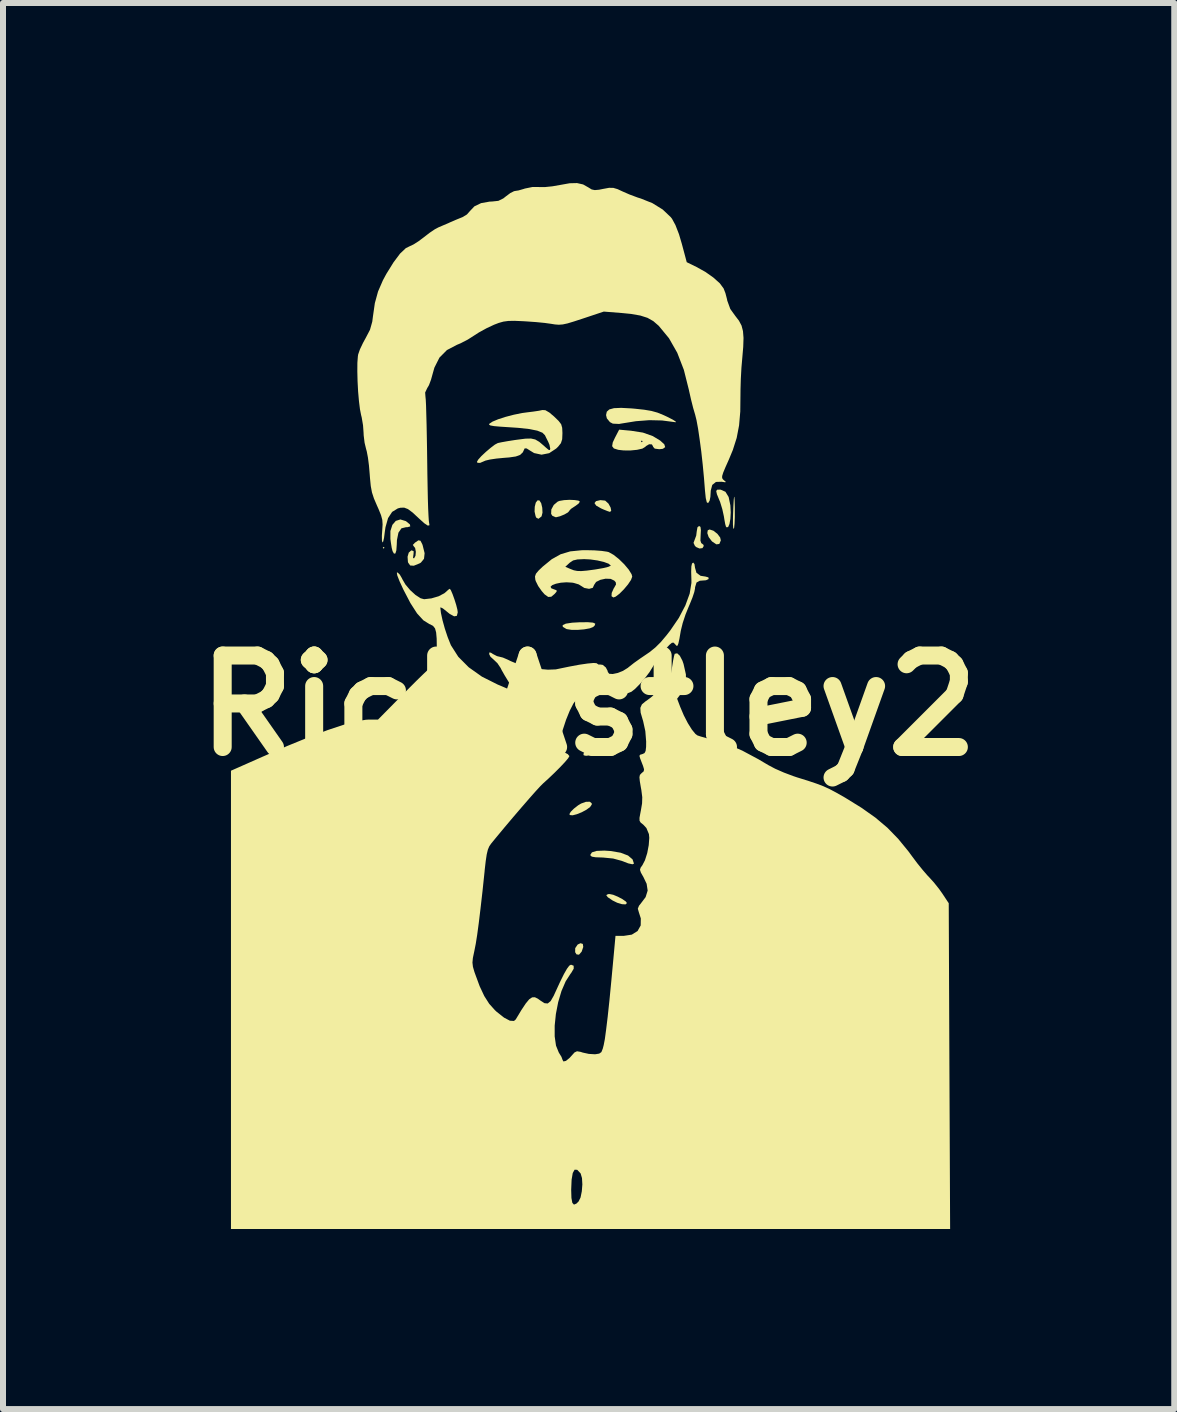
<source format=kicad_pcb>
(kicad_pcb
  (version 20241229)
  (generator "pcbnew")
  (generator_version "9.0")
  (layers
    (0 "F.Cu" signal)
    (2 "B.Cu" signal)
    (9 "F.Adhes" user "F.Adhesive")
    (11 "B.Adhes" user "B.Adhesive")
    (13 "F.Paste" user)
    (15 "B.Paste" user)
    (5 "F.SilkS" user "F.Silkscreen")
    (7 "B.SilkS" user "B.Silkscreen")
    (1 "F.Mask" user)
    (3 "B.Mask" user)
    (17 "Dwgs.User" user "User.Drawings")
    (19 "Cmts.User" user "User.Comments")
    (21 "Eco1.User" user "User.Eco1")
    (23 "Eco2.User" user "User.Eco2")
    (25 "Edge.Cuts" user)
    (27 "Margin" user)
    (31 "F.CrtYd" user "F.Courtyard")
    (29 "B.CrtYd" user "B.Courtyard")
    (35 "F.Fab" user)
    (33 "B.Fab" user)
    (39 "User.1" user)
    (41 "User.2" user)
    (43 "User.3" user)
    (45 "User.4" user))
  (footprint "RickAstley2"
    (layer "F.Cu")
    (at 6.756 8.706)
    (property "Reference" "RickAstley2" (at 0 0 0) (layer "F.SilkS") (effects (font (size 1.524 1.524) (thickness 0.3))))
    (attr board_only exclude_from_pos_files exclude_from_bom)
    (fp_poly (pts (xy -3.4 -2.63) (xy -3.415 -2.616) (xy -3.429 -2.63) (xy -3.415 -2.645)) (stroke (width 0) (type solid)) (fill yes) (layer "F.SilkS"))
    (fp_poly (pts (xy -0.096 3.97) (xy -0.089 4.02) (xy -0.114 4.094) (xy -0.117 4.1) (xy -0.16 4.149) (xy -0.201 4.144) (xy -0.224 4.108) (xy -0.223 4.04) (xy -0.182 3.98) (xy -0.135 3.958)) (stroke (width 0) (type solid)) (fill yes) (layer "F.SilkS"))
    (fp_poly (pts (xy 2.08 -2.914) (xy 2.145 -2.863) (xy 2.192 -2.801) (xy 2.203 -2.753) (xy 2.178 -2.694) (xy 2.129 -2.687) (xy 2.061 -2.732) (xy 2.05 -2.743) (xy 2 -2.809) (xy 1.978 -2.874) (xy 1.985 -2.921) (xy 2.016 -2.935)) (stroke (width 0) (type solid)) (fill yes) (layer "F.SilkS"))
    (fp_poly (pts (xy -0.82 -3.419) (xy -0.79 -3.373) (xy -0.772 -3.296) (xy -0.768 -3.215) (xy -0.783 -3.155) (xy -0.786 -3.151) (xy -0.835 -3.113) (xy -0.871 -3.131) (xy -0.883 -3.156) (xy -0.9 -3.233) (xy -0.897 -3.314) (xy -0.88 -3.382) (xy -0.851 -3.42)) (stroke (width 0) (type solid)) (fill yes) (layer "F.SilkS"))
    (fp_poly (pts (xy 0.276 -3.416) (xy 0.331 -3.366) (xy 0.367 -3.3) (xy 0.377 -3.248) (xy 0.358 -3.228) (xy 0.356 -3.228) (xy 0.318 -3.24) (xy 0.248 -3.268) (xy 0.208 -3.286) (xy 0.126 -3.333) (xy 0.098 -3.375) (xy 0.124 -3.407) (xy 0.196 -3.424)) (stroke (width 0) (type solid)) (fill yes) (layer "F.SilkS"))
    (fp_poly (pts (xy 0.41 3.151) (xy 0.487 3.183) (xy 0.563 3.223) (xy 0.62 3.263) (xy 0.639 3.289) (xy 0.616 3.311) (xy 0.557 3.308) (xy 0.477 3.284) (xy 0.4 3.246) (xy 0.32 3.192) (xy 0.294 3.157) (xy 0.324 3.14) (xy 0.352 3.139)) (stroke (width 0) (type solid)) (fill yes) (layer "F.SilkS"))
    (fp_poly (pts (xy 0.052 1.627) (xy 0.053 1.647) (xy 0.025 1.689) (xy -0.036 1.734) (xy -0.114 1.776) (xy -0.196 1.809) (xy -0.266 1.827) (xy -0.311 1.823) (xy -0.32 1.807) (xy -0.298 1.769) (xy -0.244 1.715) (xy -0.175 1.661) (xy -0.125 1.631) (xy -0.044 1.602) (xy 0.02 1.601)) (stroke (width 0) (type solid)) (fill yes) (layer "F.SilkS"))
    (fp_poly (pts (xy 2.429 -3.475) (xy 2.433 -3.415) (xy 2.436 -3.298) (xy 2.436 -3.269) (xy 2.436 -3.143) (xy 2.432 -3.037) (xy 2.425 -2.966) (xy 2.419 -2.945) (xy 2.41 -2.956) (xy 2.405 -3.015) (xy 2.405 -3.109) (xy 2.406 -3.163) (xy 2.412 -3.322) (xy 2.418 -3.428) (xy 2.424 -3.479)) (stroke (width 0) (type solid)) (fill yes) (layer "F.SilkS"))
    (fp_poly (pts (xy 0.074 -1.383) (xy 0.111 -1.366) (xy 0.103 -1.337) (xy 0.077 -1.311) (xy 0.02 -1.288) (xy -0.074 -1.271) (xy -0.183 -1.262) (xy -0.287 -1.263) (xy -0.364 -1.275) (xy -0.373 -1.279) (xy -0.43 -1.313) (xy -0.432 -1.342) (xy -0.379 -1.366) (xy -0.274 -1.382) (xy -0.15 -1.389) (xy -0.011 -1.39)) (stroke (width 0) (type solid)) (fill yes) (layer "F.SilkS"))
    (fp_poly (pts (xy 0.271 0.682) (xy 0.346 0.717) (xy 0.396 0.76) (xy 0.407 0.787) (xy 0.381 0.803) (xy 0.316 0.81) (xy 0.283 0.81) (xy 0.169 0.812) (xy 0.05 0.824) (xy 0.036 0.827) (xy -0.043 0.836) (xy -0.08 0.828) (xy -0.087 0.805) (xy -0.062 0.763) (xy 0.003 0.721) (xy 0.088 0.687) (xy 0.176 0.669) (xy 0.194 0.668)) (stroke (width 0) (type solid)) (fill yes) (layer "F.SilkS"))
    (fp_poly (pts (xy 0.366 2.422) (xy 0.533 2.45) (xy 0.657 2.497) (xy 0.732 2.561) (xy 0.756 2.632) (xy 0.731 2.643) (xy 0.661 2.628) (xy 0.552 2.586) (xy 0.409 2.547) (xy 0.236 2.53) (xy 0.225 2.53) (xy 0.116 2.526) (xy 0.055 2.516) (xy 0.031 2.496) (xy 0.029 2.485) (xy 0.056 2.444) (xy 0.135 2.42) (xy 0.263 2.415)) (stroke (width 0) (type solid)) (fill yes) (layer "F.SilkS"))
    (fp_poly (pts (xy 1.864 -2.978) (xy 1.871 -2.925) (xy 1.867 -2.848) (xy 1.863 -2.749) (xy 1.878 -2.705) (xy 1.885 -2.703) (xy 1.914 -2.679) (xy 1.918 -2.659) (xy 1.897 -2.624) (xy 1.847 -2.618) (xy 1.792 -2.642) (xy 1.771 -2.662) (xy 1.748 -2.712) (xy 1.767 -2.763) (xy 1.793 -2.833) (xy 1.802 -2.906) (xy 1.814 -2.972) (xy 1.841 -2.993)) (stroke (width 0) (type solid)) (fill yes) (layer "F.SilkS"))
    (fp_poly (pts (xy 2.201 -3.598) (xy 2.28 -3.563) (xy 2.333 -3.476) (xy 2.362 -3.337) (xy 2.368 -3.22) (xy 2.362 -3.111) (xy 2.347 -3.027) (xy 2.325 -2.976) (xy 2.3 -2.97) (xy 2.288 -2.984) (xy 2.276 -3.025) (xy 2.262 -3.102) (xy 2.254 -3.153) (xy 2.228 -3.272) (xy 2.191 -3.393) (xy 2.177 -3.426) (xy 2.138 -3.522) (xy 2.126 -3.576) (xy 2.143 -3.598) (xy 2.191 -3.599)) (stroke (width 0) (type solid)) (fill yes) (layer "F.SilkS"))
    (fp_poly (pts (xy -3.047 -3.075) (xy -3.036 -3.068) (xy -2.977 -3.019) (xy -2.971 -2.986) (xy -3.018 -2.973) (xy -3.042 -2.973) (xy -3.118 -2.954) (xy -3.168 -2.882) (xy -3.193 -2.758) (xy -3.196 -2.681) (xy -3.203 -2.586) (xy -3.219 -2.535) (xy -3.243 -2.533) (xy -3.266 -2.574) (xy -3.28 -2.628) (xy -3.294 -2.717) (xy -3.302 -2.777) (xy -3.302 -2.909) (xy -3.269 -3.012) (xy -3.212 -3.078) (xy -3.136 -3.102)) (stroke (width 0) (type solid)) (fill yes) (layer "F.SilkS"))
    (fp_poly (pts (xy -0.231 -3.425) (xy -0.167 -3.415) (xy -0.145 -3.399) (xy -0.168 -3.365) (xy -0.224 -3.324) (xy -0.232 -3.319) (xy -0.291 -3.28) (xy -0.319 -3.251) (xy -0.319 -3.248) (xy -0.344 -3.219) (xy -0.403 -3.185) (xy -0.476 -3.155) (xy -0.54 -3.139) (xy -0.549 -3.139) (xy -0.604 -3.163) (xy -0.624 -3.195) (xy -0.621 -3.268) (xy -0.58 -3.344) (xy -0.515 -3.399) (xy -0.485 -3.411) (xy -0.408 -3.424) (xy -0.317 -3.429)) (stroke (width 0) (type solid)) (fill yes) (layer "F.SilkS"))
    (fp_poly (pts (xy 0.712 -4.952) (xy 0.77 -4.947) (xy 0.927 -4.93) (xy 1.046 -4.91) (xy 1.147 -4.882) (xy 1.25 -4.84) (xy 1.308 -4.813) (xy 1.402 -4.765) (xy 1.452 -4.733) (xy 1.453 -4.721) (xy 1.439 -4.723) (xy 1.223 -4.751) (xy 1.013 -4.756) (xy 0.79 -4.739) (xy 0.535 -4.698) (xy 0.509 -4.693) (xy 0.404 -4.698) (xy 0.356 -4.723) (xy 0.304 -4.786) (xy 0.291 -4.841) (xy 0.303 -4.897) (xy 0.345 -4.935) (xy 0.423 -4.956) (xy 0.543 -4.961)) (stroke (width 0) (type solid)) (fill yes) (layer "F.SilkS"))
    (fp_poly (pts (xy -2.801 -2.747) (xy -2.771 -2.69) (xy -2.764 -2.669) (xy -2.732 -2.54) (xy -2.742 -2.447) (xy -2.794 -2.383) (xy -2.818 -2.369) (xy -2.912 -2.331) (xy -2.972 -2.335) (xy -3.006 -2.382) (xy -3.01 -2.396) (xy -3.016 -2.481) (xy -2.996 -2.55) (xy -2.955 -2.585) (xy -2.945 -2.586) (xy -2.914 -2.572) (xy -2.917 -2.52) (xy -2.919 -2.511) (xy -2.925 -2.459) (xy -2.907 -2.455) (xy -2.884 -2.497) (xy -2.878 -2.564) (xy -2.89 -2.626) (xy -2.913 -2.655) (xy -2.928 -2.678) (xy -2.893 -2.715) (xy -2.836 -2.754)) (stroke (width 0) (type solid)) (fill yes) (layer "F.SilkS"))
    (fp_poly (pts (xy 0.707 -4.58) (xy 0.905 -4.549) (xy 1.069 -4.491) (xy 1.193 -4.416) (xy 1.261 -4.354) (xy 1.276 -4.307) (xy 1.238 -4.279) (xy 1.177 -4.272) (xy 1.102 -4.282) (xy 1.075 -4.312) (xy 1.075 -4.316) (xy 1.055 -4.352) (xy 1.009 -4.355) (xy 0.958 -4.326) (xy 0.944 -4.311) (xy 0.896 -4.282) (xy 0.807 -4.262) (xy 0.696 -4.251) (xy 0.581 -4.252) (xy 0.494 -4.262) (xy 0.421 -4.285) (xy 0.392 -4.323) (xy 0.403 -4.387) (xy 0.411 -4.403) (xy 0.872 -4.403) (xy 0.886 -4.388) (xy 0.901 -4.403) (xy 0.886 -4.417) (xy 0.872 -4.403) (xy 0.411 -4.403) (xy 0.439 -4.463) (xy 0.509 -4.598)) (stroke (width 0) (type solid)) (fill yes) (layer "F.SilkS"))
    (fp_poly (pts (xy -0.72 -4.922) (xy -0.653 -4.883) (xy -0.574 -4.816) (xy -0.499 -4.743) (xy -0.457 -4.688) (xy -0.44 -4.629) (xy -0.436 -4.547) (xy -0.436 -4.534) (xy -0.44 -4.438) (xy -0.461 -4.373) (xy -0.508 -4.314) (xy -0.54 -4.283) (xy -0.657 -4.206) (xy -0.784 -4.181) (xy -0.908 -4.208) (xy -0.975 -4.249) (xy -1.032 -4.285) (xy -1.065 -4.286) (xy -1.067 -4.282) (xy -1.096 -4.22) (xy -1.141 -4.177) (xy -1.213 -4.151) (xy -1.324 -4.135) (xy -1.413 -4.128) (xy -1.537 -4.116) (xy -1.645 -4.1) (xy -1.719 -4.082) (xy -1.735 -4.075) (xy -1.808 -4.044) (xy -1.852 -4.046) (xy -1.86 -4.062) (xy -1.839 -4.099) (xy -1.785 -4.159) (xy -1.711 -4.228) (xy -1.632 -4.295) (xy -1.561 -4.349) (xy -1.512 -4.375) (xy -1.451 -4.388) (xy -1.351 -4.406) (xy -1.229 -4.425) (xy -1.185 -4.431) (xy -1.052 -4.448) (xy -0.959 -4.45) (xy -0.888 -4.434) (xy -0.822 -4.395) (xy -0.743 -4.328) (xy -0.719 -4.306) (xy -0.667 -4.262) (xy -0.644 -4.258) (xy -0.639 -4.282) (xy -0.652 -4.346) (xy -0.673 -4.396) (xy -0.708 -4.465) (xy -0.727 -4.505) (xy -0.769 -4.547) (xy -0.854 -4.581) (xy -0.987 -4.608) (xy -1.171 -4.628) (xy -1.32 -4.638) (xy -1.474 -4.648) (xy -1.576 -4.657) (xy -1.636 -4.668) (xy -1.658 -4.681) (xy -1.654 -4.696) (xy -1.602 -4.731) (xy -1.507 -4.771) (xy -1.383 -4.811) (xy -1.245 -4.847) (xy -1.107 -4.875) (xy -1.033 -4.885) (xy -0.921 -4.899) (xy -0.827 -4.913) (xy -0.77 -4.925)) (stroke (width 0) (type solid)) (fill yes) (layer "F.SilkS"))
    (fp_poly (pts (xy 0.097 -2.587) (xy 0.217 -2.578) (xy 0.307 -2.565) (xy 0.335 -2.558) (xy 0.415 -2.513) (xy 0.506 -2.441) (xy 0.594 -2.355) (xy 0.668 -2.267) (xy 0.716 -2.19) (xy 0.727 -2.15) (xy 0.707 -2.095) (xy 0.656 -2.019) (xy 0.587 -1.937) (xy 0.514 -1.864) (xy 0.449 -1.815) (xy 0.413 -1.802) (xy 0.382 -1.823) (xy 0.385 -1.878) (xy 0.419 -1.954) (xy 0.426 -1.964) (xy 0.457 -2.02) (xy 0.452 -2.056) (xy 0.428 -2.083) (xy 0.367 -2.112) (xy 0.283 -2.115) (xy 0.196 -2.096) (xy 0.125 -2.061) (xy 0.092 -2.012) (xy 0.07 -1.963) (xy 0.012 -1.947) (xy 0.002 -1.947) (xy -0.071 -1.961) (xy -0.115 -1.989) (xy -0.165 -2.02) (xy -0.245 -2.044) (xy -0.271 -2.049) (xy -0.369 -2.055) (xy -0.464 -2.048) (xy -0.545 -2.031) (xy -0.605 -2.008) (xy -0.634 -1.981) (xy -0.621 -1.955) (xy -0.577 -1.938) (xy -0.533 -1.922) (xy -0.533 -1.899) (xy -0.566 -1.861) (xy -0.622 -1.814) (xy -0.673 -1.811) (xy -0.733 -1.854) (xy -0.781 -1.909) (xy -0.84 -1.993) (xy -0.881 -2.076) (xy -0.888 -2.101) (xy -0.893 -2.152) (xy -0.877 -2.198) (xy -0.831 -2.253) (xy -0.768 -2.313) (xy -0.388 -2.313) (xy -0.303 -2.277) (xy -0.246 -2.255) (xy -0.19 -2.244) (xy -0.122 -2.242) (xy -0.028 -2.25) (xy 0.107 -2.268) (xy 0.137 -2.273) (xy 0.246 -2.292) (xy 0.327 -2.312) (xy 0.367 -2.33) (xy 0.369 -2.335) (xy 0.333 -2.365) (xy 0.254 -2.394) (xy 0.147 -2.419) (xy 0.027 -2.436) (xy -0.074 -2.441) (xy -0.185 -2.436) (xy -0.258 -2.419) (xy -0.312 -2.383) (xy -0.319 -2.377) (xy -0.388 -2.313) (xy -0.768 -2.313) (xy -0.766 -2.315) (xy -0.613 -2.44) (xy -0.466 -2.522) (xy -0.306 -2.57) (xy -0.116 -2.589) (xy -0.036 -2.59)) (stroke (width 0) (type solid)) (fill yes) (layer "F.SilkS"))
    (fp_poly (pts (xy -0.091 -8.683) (xy -0.001 -8.632) (xy 0.051 -8.6) (xy 0.102 -8.589) (xy 0.173 -8.595) (xy 0.243 -8.609) (xy 0.341 -8.627) (xy 0.412 -8.626) (xy 0.483 -8.605) (xy 0.56 -8.569) (xy 0.681 -8.516) (xy 0.815 -8.466) (xy 0.872 -8.448) (xy 1.064 -8.371) (xy 1.235 -8.265) (xy 1.369 -8.138) (xy 1.39 -8.111) (xy 1.447 -8.006) (xy 1.506 -7.854) (xy 1.554 -7.691) (xy 1.635 -7.388) (xy 1.798 -7.308) (xy 1.946 -7.226) (xy 2.08 -7.131) (xy 2.186 -7.036) (xy 2.249 -6.951) (xy 2.28 -6.871) (xy 2.306 -6.771) (xy 2.31 -6.748) (xy 2.361 -6.608) (xy 2.443 -6.494) (xy 2.505 -6.413) (xy 2.548 -6.332) (xy 2.572 -6.24) (xy 2.581 -6.125) (xy 2.576 -5.975) (xy 2.561 -5.799) (xy 2.546 -5.626) (xy 2.536 -5.441) (xy 2.531 -5.268) (xy 2.53 -5.173) (xy 2.527 -4.901) (xy 2.507 -4.669) (xy 2.467 -4.46) (xy 2.403 -4.259) (xy 2.337 -4.1) (xy 2.279 -3.97) (xy 2.242 -3.881) (xy 2.225 -3.825) (xy 2.225 -3.791) (xy 2.24 -3.768) (xy 2.255 -3.755) (xy 2.287 -3.728) (xy 2.276 -3.721) (xy 2.217 -3.73) (xy 2.122 -3.727) (xy 2.06 -3.677) (xy 2.035 -3.582) (xy 2.034 -3.56) (xy 2.029 -3.479) (xy 2.017 -3.418) (xy 2.017 -3.417) (xy 1.991 -3.374) (xy 1.969 -3.388) (xy 1.952 -3.458) (xy 1.939 -3.582) (xy 1.922 -3.797) (xy 1.901 -4.018) (xy 1.877 -4.235) (xy 1.85 -4.437) (xy 1.824 -4.614) (xy 1.798 -4.755) (xy 1.775 -4.848) (xy 1.774 -4.851) (xy 1.742 -4.96) (xy 1.707 -5.099) (xy 1.675 -5.24) (xy 1.671 -5.26) (xy 1.587 -5.594) (xy 1.477 -5.879) (xy 1.339 -6.121) (xy 1.171 -6.325) (xy 1.166 -6.33) (xy 1.078 -6.406) (xy 0.981 -6.461) (xy 0.862 -6.499) (xy 0.707 -6.526) (xy 0.555 -6.541) (xy 0.253 -6.565) (xy -0.098 -6.448) (xy -0.245 -6.4) (xy -0.351 -6.368) (xy -0.43 -6.351) (xy -0.496 -6.346) (xy -0.562 -6.351) (xy -0.624 -6.361) (xy -0.732 -6.376) (xy -0.875 -6.39) (xy -1.029 -6.401) (xy -1.095 -6.405) (xy -1.236 -6.411) (xy -1.338 -6.409) (xy -1.419 -6.398) (xy -1.497 -6.376) (xy -1.575 -6.346) (xy -1.699 -6.288) (xy -1.828 -6.217) (xy -1.904 -6.168) (xy -2.012 -6.099) (xy -2.132 -6.037) (xy -2.194 -6.011) (xy -2.36 -5.924) (xy -2.485 -5.798) (xy -2.569 -5.631) (xy -2.595 -5.539) (xy -2.625 -5.431) (xy -2.659 -5.34) (xy -2.689 -5.289) (xy -2.723 -5.217) (xy -2.718 -5.149) (xy -2.713 -5.099) (xy -2.708 -5) (xy -2.704 -4.857) (xy -2.699 -4.678) (xy -2.695 -4.472) (xy -2.691 -4.246) (xy -2.689 -4.093) (xy -2.686 -3.859) (xy -2.682 -3.641) (xy -2.678 -3.447) (xy -2.673 -3.284) (xy -2.667 -3.16) (xy -2.662 -3.082) (xy -2.659 -3.059) (xy -2.651 -3.006) (xy -2.678 -2.999) (xy -2.738 -3.039) (xy -2.831 -3.123) (xy -2.933 -3.218) (xy -3.01 -3.275) (xy -3.073 -3.299) (xy -3.135 -3.297) (xy -3.178 -3.286) (xy -3.273 -3.228) (xy -3.341 -3.124) (xy -3.384 -2.972) (xy -3.396 -2.888) (xy -3.408 -2.795) (xy -3.422 -2.734) (xy -3.435 -2.718) (xy -3.435 -2.718) (xy -3.443 -2.756) (xy -3.444 -2.833) (xy -3.438 -2.922) (xy -3.432 -3.018) (xy -3.437 -3.095) (xy -3.458 -3.173) (xy -3.499 -3.274) (xy -3.525 -3.332) (xy -3.576 -3.451) (xy -3.609 -3.552) (xy -3.629 -3.659) (xy -3.642 -3.792) (xy -3.647 -3.858) (xy -3.659 -3.999) (xy -3.676 -4.132) (xy -3.696 -4.237) (xy -3.707 -4.276) (xy -3.732 -4.38) (xy -3.747 -4.502) (xy -3.749 -4.547) (xy -3.758 -4.671) (xy -3.78 -4.802) (xy -3.79 -4.841) (xy -3.809 -4.938) (xy -3.826 -5.075) (xy -3.84 -5.235) (xy -3.849 -5.405) (xy -3.853 -5.569) (xy -3.852 -5.712) (xy -3.844 -5.819) (xy -3.839 -5.851) (xy -3.809 -5.937) (xy -3.758 -6.044) (xy -3.712 -6.128) (xy -3.642 -6.262) (xy -3.604 -6.397) (xy -3.593 -6.483) (xy -3.561 -6.706) (xy -3.508 -6.899) (xy -3.427 -7.086) (xy -3.37 -7.192) (xy -3.249 -7.387) (xy -3.141 -7.531) (xy -3.045 -7.622) (xy -2.978 -7.655) (xy -2.918 -7.683) (xy -2.833 -7.737) (xy -2.741 -7.806) (xy -2.74 -7.807) (xy -2.648 -7.878) (xy -2.562 -7.936) (xy -2.502 -7.968) (xy -2.427 -8) (xy -2.333 -8.04) (xy -2.31 -8.051) (xy -2.213 -8.093) (xy -2.12 -8.131) (xy -2.104 -8.137) (xy -2.027 -8.183) (xy -1.974 -8.243) (xy -1.903 -8.318) (xy -1.791 -8.372) (xy -1.65 -8.397) (xy -1.606 -8.399) (xy -1.503 -8.41) (xy -1.42 -8.451) (xy -1.376 -8.486) (xy -1.305 -8.539) (xy -1.244 -8.57) (xy -1.227 -8.574) (xy -1.169 -8.583) (xy -1.085 -8.607) (xy -1.061 -8.615) (xy -0.933 -8.641) (xy -0.824 -8.64) (xy -0.73 -8.639) (xy -0.604 -8.652) (xy -0.478 -8.674) (xy -0.316 -8.703) (xy -0.192 -8.706)) (stroke (width 0) (type solid)) (fill yes) (layer "F.SilkS"))
    (fp_poly (pts (xy 1.764 -2.358) (xy 1.773 -2.297) (xy 1.773 -2.297) (xy 1.797 -2.213) (xy 1.866 -2.163) (xy 1.945 -2.151) (xy 1.996 -2.137) (xy 2 -2.109) (xy 1.956 -2.089) (xy 1.947 -2.088) (xy 1.88 -2.083) (xy 1.853 -2.081) (xy 1.798 -2.051) (xy 1.774 -1.973) (xy 1.773 -1.951) (xy 1.761 -1.893) (xy 1.73 -1.8) (xy 1.685 -1.689) (xy 1.669 -1.652) (xy 1.615 -1.519) (xy 1.568 -1.377) (xy 1.538 -1.256) (xy 1.535 -1.242) (xy 1.513 -1.114) (xy 1.496 -1.036) (xy 1.482 -1) (xy 1.466 -0.996) (xy 1.445 -1.019) (xy 1.44 -1.025) (xy 1.416 -1.049) (xy 1.389 -1.048) (xy 1.348 -1.014) (xy 1.282 -0.943) (xy 1.273 -0.934) (xy 1.191 -0.833) (xy 1.114 -0.722) (xy 1.074 -0.654) (xy 1.016 -0.56) (xy 0.934 -0.451) (xy 0.854 -0.36) (xy 0.773 -0.278) (xy 0.713 -0.231) (xy 0.657 -0.209) (xy 0.59 -0.202) (xy 0.578 -0.202) (xy 0.376 -0.196) (xy 0.191 -0.183) (xy 0.03 -0.165) (xy -0.096 -0.143) (xy -0.179 -0.118) (xy -0.2 -0.105) (xy -0.254 -0.033) (xy -0.314 0.084) (xy -0.376 0.237) (xy -0.434 0.414) (xy -0.44 0.436) (xy -0.476 0.569) (xy -0.491 0.659) (xy -0.484 0.716) (xy -0.455 0.752) (xy -0.407 0.776) (xy -0.347 0.808) (xy -0.32 0.84) (xy -0.32 0.841) (xy -0.34 0.876) (xy -0.394 0.94) (xy -0.474 1.025) (xy -0.57 1.121) (xy -0.673 1.219) (xy -0.756 1.294) (xy -0.806 1.344) (xy -0.887 1.432) (xy -0.993 1.552) (xy -1.118 1.696) (xy -1.256 1.857) (xy -1.402 2.03) (xy -1.548 2.206) (xy -1.624 2.299) (xy -1.655 2.344) (xy -1.678 2.399) (xy -1.697 2.477) (xy -1.714 2.59) (xy -1.732 2.748) (xy -1.732 2.754) (xy -1.768 3.096) (xy -1.801 3.384) (xy -1.83 3.623) (xy -1.856 3.817) (xy -1.88 3.969) (xy -1.903 4.085) (xy -1.905 4.095) (xy -1.928 4.204) (xy -1.935 4.281) (xy -1.927 4.351) (xy -1.902 4.437) (xy -1.892 4.465) (xy -1.815 4.674) (xy -1.738 4.838) (xy -1.656 4.967) (xy -1.561 5.073) (xy -1.531 5.101) (xy -1.408 5.198) (xy -1.311 5.249) (xy -1.243 5.253) (xy -1.214 5.228) (xy -1.12 5.072) (xy -1.047 4.962) (xy -0.99 4.893) (xy -0.941 4.86) (xy -0.895 4.858) (xy -0.846 4.882) (xy -0.806 4.911) (xy -0.735 4.957) (xy -0.681 4.962) (xy -0.632 4.922) (xy -0.581 4.833) (xy -0.561 4.789) (xy -0.477 4.606) (xy -0.411 4.472) (xy -0.36 4.383) (xy -0.322 4.332) (xy -0.294 4.316) (xy -0.293 4.316) (xy -0.249 4.333) (xy -0.248 4.382) (xy -0.291 4.455) (xy -0.3 4.465) (xy -0.382 4.593) (xy -0.452 4.755) (xy -0.507 4.941) (xy -0.545 5.137) (xy -0.565 5.331) (xy -0.565 5.51) (xy -0.543 5.664) (xy -0.497 5.778) (xy -0.491 5.788) (xy -0.452 5.851) (xy -0.436 5.896) (xy -0.436 5.897) (xy -0.419 5.928) (xy -0.377 5.918) (xy -0.318 5.87) (xy -0.287 5.836) (xy -0.235 5.778) (xy -0.193 5.758) (xy -0.134 5.768) (xy -0.097 5.78) (xy 0.004 5.802) (xy 0.105 5.808) (xy 0.117 5.807) (xy 0.177 5.797) (xy 0.213 5.772) (xy 0.236 5.715) (xy 0.252 5.653) (xy 0.271 5.554) (xy 0.292 5.398) (xy 0.318 5.184) (xy 0.347 4.912) (xy 0.379 4.582) (xy 0.414 4.207) (xy 0.448 3.836) (xy 0.583 3.836) (xy 0.72 3.815) (xy 0.816 3.755) (xy 0.868 3.662) (xy 0.87 3.545) (xy 0.838 3.445) (xy 0.82 3.383) (xy 0.84 3.333) (xy 0.863 3.305) (xy 0.95 3.19) (xy 0.984 3.081) (xy 0.967 2.968) (xy 0.914 2.857) (xy 0.871 2.781) (xy 0.856 2.735) (xy 0.867 2.699) (xy 0.895 2.66) (xy 0.939 2.576) (xy 0.977 2.456) (xy 1.002 2.324) (xy 1.011 2.202) (xy 1.005 2.14) (xy 0.963 2.039) (xy 0.91 1.982) (xy 0.869 1.95) (xy 0.849 1.918) (xy 0.848 1.869) (xy 0.863 1.787) (xy 0.871 1.746) (xy 0.891 1.628) (xy 0.894 1.525) (xy 0.879 1.407) (xy 0.871 1.364) (xy 0.853 1.257) (xy 0.847 1.192) (xy 0.855 1.154) (xy 0.879 1.128) (xy 0.886 1.122) (xy 0.918 1.094) (xy 0.924 1.061) (xy 0.907 1.004) (xy 0.891 0.963) (xy 0.859 0.88) (xy 0.847 0.837) (xy 0.858 0.818) (xy 0.892 0.808) (xy 0.901 0.805) (xy 0.932 0.79) (xy 0.95 0.755) (xy 0.958 0.688) (xy 0.959 0.598) (xy 0.945 0.424) (xy 0.908 0.255) (xy 0.901 0.233) (xy 0.867 0.117) (xy 0.862 0.037) (xy 0.888 -0.021) (xy 0.949 -0.072) (xy 0.969 -0.085) (xy 1.036 -0.135) (xy 1.124 -0.211) (xy 1.212 -0.296) (xy 1.292 -0.381) (xy 1.341 -0.448) (xy 1.369 -0.519) (xy 1.387 -0.616) (xy 1.392 -0.65) (xy 1.408 -0.751) (xy 1.424 -0.828) (xy 1.435 -0.864) (xy 1.436 -0.864) (xy 1.476 -0.872) (xy 1.52 -0.831) (xy 1.563 -0.749) (xy 1.582 -0.694) (xy 1.621 -0.521) (xy 1.623 -0.384) (xy 1.586 -0.27) (xy 1.551 -0.216) (xy 1.475 -0.115) (xy 1.527 0.022) (xy 1.586 0.161) (xy 1.653 0.291) (xy 1.72 0.398) (xy 1.78 0.472) (xy 1.813 0.496) (xy 1.87 0.515) (xy 1.964 0.541) (xy 2.08 0.571) (xy 2.112 0.579) (xy 2.322 0.645) (xy 2.56 0.749) (xy 2.829 0.893) (xy 2.993 0.99) (xy 3.108 1.051) (xy 3.254 1.115) (xy 3.408 1.173) (xy 3.473 1.195) (xy 3.654 1.251) (xy 3.794 1.298) (xy 3.91 1.342) (xy 4.015 1.39) (xy 4.126 1.449) (xy 4.258 1.524) (xy 4.272 1.532) (xy 4.547 1.702) (xy 4.779 1.866) (xy 4.978 2.034) (xy 5.157 2.218) (xy 5.328 2.427) (xy 5.392 2.514) (xy 5.479 2.63) (xy 5.569 2.741) (xy 5.647 2.831) (xy 5.673 2.858) (xy 5.752 2.945) (xy 5.839 3.054) (xy 5.893 3.13) (xy 6 3.292) (xy 6.011 6.005) (xy 6.023 8.719) (xy -5.958 8.719) (xy -5.958 8.067) (xy -0.29 8.067) (xy -0.286 8.202) (xy -0.271 8.283) (xy -0.244 8.313) (xy -0.203 8.296) (xy -0.167 8.261) (xy -0.134 8.194) (xy -0.113 8.091) (xy -0.104 7.976) (xy -0.11 7.871) (xy -0.132 7.796) (xy -0.135 7.791) (xy -0.19 7.733) (xy -0.233 7.731) (xy -0.264 7.786) (xy -0.283 7.897) (xy -0.29 8.064) (xy -0.29 8.067) (xy -5.958 8.067) (xy -5.958 1.084) (xy -5.427 0.849) (xy -5.018 0.671) (xy -4.658 0.524) (xy -4.347 0.407) (xy -4.085 0.32) (xy -3.873 0.262) (xy -3.71 0.235) (xy -3.658 0.232) (xy -3.508 0.232) (xy -3.113 -0.168) (xy -2.983 -0.299) (xy -2.861 -0.421) (xy -2.754 -0.525) (xy -2.672 -0.603) (xy -2.623 -0.648) (xy -2.576 -0.689) (xy -2.548 -0.728) (xy -2.534 -0.781) (xy -2.529 -0.862) (xy -2.529 -0.967) (xy -2.531 -1.116) (xy -2.54 -1.219) (xy -2.558 -1.286) (xy -2.59 -1.327) (xy -2.638 -1.354) (xy -2.655 -1.36) (xy -2.753 -1.422) (xy -2.858 -1.537) (xy -2.968 -1.708) (xy -3.086 -1.934) (xy -3.15 -2.073) (xy -3.187 -2.168) (xy -3.195 -2.215) (xy -3.183 -2.219) (xy -3.146 -2.184) (xy -3.108 -2.119) (xy -3.106 -2.112) (xy -3.052 -2.019) (xy -2.973 -1.925) (xy -2.884 -1.844) (xy -2.799 -1.789) (xy -2.74 -1.773) (xy -2.619 -1.787) (xy -2.499 -1.822) (xy -2.404 -1.872) (xy -2.381 -1.891) (xy -2.336 -1.932) (xy -2.312 -1.947) (xy -2.294 -1.922) (xy -2.266 -1.857) (xy -2.235 -1.771) (xy -2.206 -1.679) (xy -2.186 -1.6) (xy -2.18 -1.554) (xy -2.195 -1.496) (xy -2.24 -1.488) (xy -2.315 -1.529) (xy -2.368 -1.572) (xy -2.427 -1.619) (xy -2.464 -1.637) (xy -2.47 -1.632) (xy -2.46 -1.544) (xy -2.433 -1.42) (xy -2.394 -1.28) (xy -2.348 -1.142) (xy -2.301 -1.024) (xy -2.293 -1.005) (xy -2.171 -0.814) (xy -1.997 -0.639) (xy -1.777 -0.483) (xy -1.514 -0.351) (xy -1.482 -0.338) (xy -1.393 -0.3) (xy -1.321 -0.268) (xy -1.301 -0.258) (xy -1.263 -0.245) (xy -1.257 -0.262) (xy -1.282 -0.315) (xy -1.339 -0.407) (xy -1.397 -0.502) (xy -1.449 -0.593) (xy -1.466 -0.628) (xy -1.519 -0.707) (xy -1.582 -0.767) (xy -1.635 -0.815) (xy -1.657 -0.86) (xy -1.651 -0.888) (xy -1.624 -0.88) (xy -1.592 -0.859) (xy -1.526 -0.825) (xy -1.48 -0.814) (xy -1.428 -0.801) (xy -1.349 -0.767) (xy -1.296 -0.741) (xy -1.166 -0.687) (xy -1.007 -0.644) (xy -0.837 -0.613) (xy -0.677 -0.599) (xy -0.546 -0.604) (xy -0.523 -0.609) (xy -0.325 -0.65) (xy -0.153 -0.682) (xy -0.015 -0.702) (xy 0.083 -0.711) (xy 0.134 -0.707) (xy 0.139 -0.702) (xy 0.17 -0.683) (xy 0.187 -0.686) (xy 0.236 -0.679) (xy 0.287 -0.636) (xy 0.317 -0.579) (xy 0.32 -0.561) (xy 0.343 -0.531) (xy 0.402 -0.527) (xy 0.483 -0.544) (xy 0.572 -0.579) (xy 0.654 -0.63) (xy 0.668 -0.642) (xy 0.757 -0.712) (xy 0.861 -0.786) (xy 0.901 -0.813) (xy 1.017 -0.892) (xy 1.112 -0.969) (xy 1.201 -1.057) (xy 1.298 -1.172) (xy 1.361 -1.253) (xy 1.503 -1.461) (xy 1.612 -1.669) (xy 1.684 -1.866) (xy 1.713 -2.044) (xy 1.713 -2.089) (xy 1.709 -2.229) (xy 1.712 -2.319) (xy 1.723 -2.368) (xy 1.742 -2.383) (xy 1.744 -2.383)) (stroke (width 0) (type solid)) (fill yes) (layer "F.SilkS")))
  (gr_rect
    (start -3 -3)
    (end 16.513 20.425)
    (stroke (width 0.1) (type default))
    (fill no)
    (layer "Edge.Cuts")))
</source>
